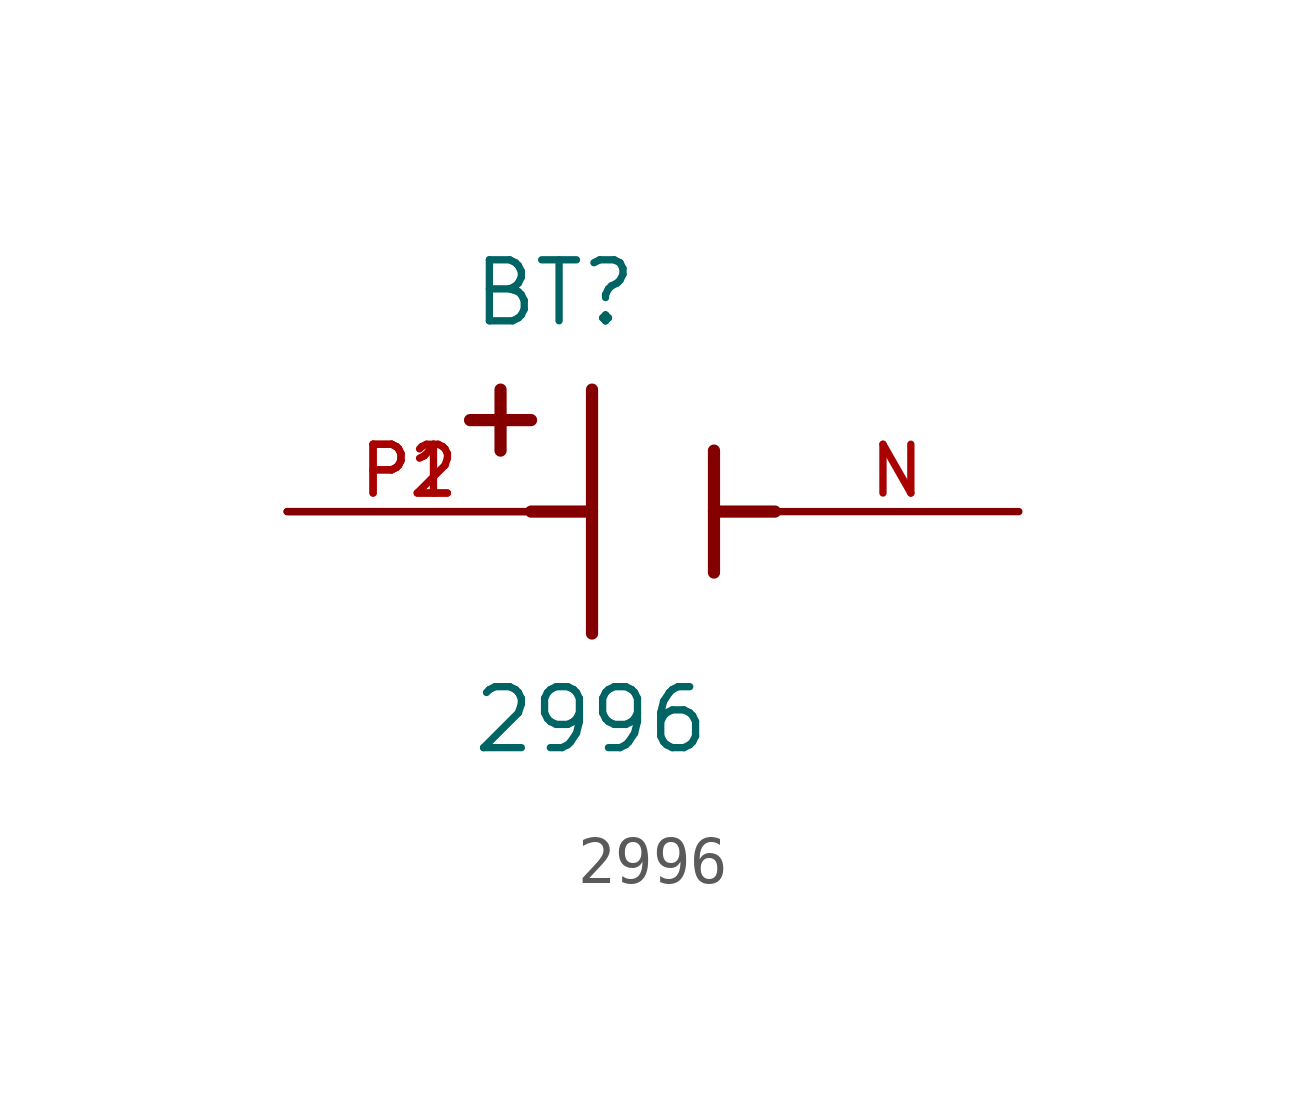
<source format=kicad_sym>
(kicad_symbol_lib
  (version 20211014)
  (generator kicad_symbol_editor)
  (symbol "2996"
    (pin_names
      (offset 1.016))
    (property "Reference" "BT"
      (at -3.81 3.81 0)
      (effects (font (size 1.27 1.27)) (justify bottom left)))
    (property "Value" "2996"
      (at -3.81 -5.08 0)
      (effects (font (size 1.27 1.27)) (justify bottom left)))
    (symbol "2996_0_0"
      (polyline (pts (xy -1.27 2.54) (xy -1.27 -2.54)) (stroke (width 0.254)))
      (polyline (pts (xy 1.27 1.27) (xy 1.27 -1.27)) (stroke (width 0.254)))
      (polyline (pts (xy -1.27 0.0) (xy -2.54 0.0)) (stroke (width 0.254)))
      (polyline (pts (xy 1.27 0.0) (xy 2.54 0.0)) (stroke (width 0.254)))
      (polyline (pts (xy -3.175 2.54) (xy -3.175 1.27)) (stroke (width 0.254)))
      (polyline (pts (xy -3.81 1.905) (xy -2.54 1.905)) (stroke (width 0.254)))
      (pin passive line (at -7.62 0.0 0) (length 5.08) (name "~" (effects (font (size 1.016 1.016)))) (number "P1" (effects (font (size 1.016 1.016)))))
      (pin passive line (at 7.62 0.0 180.0) (length 5.08) (name "~" (effects (font (size 1.016 1.016)))) (number "N" (effects (font (size 1.016 1.016)))))
      (pin passive line (at -7.62 0.0 0) (length 5.08) (name "~" (effects (font (size 1.016 1.016)))) (number "P2" (effects (font (size 1.016 1.016))))))))
</source>
